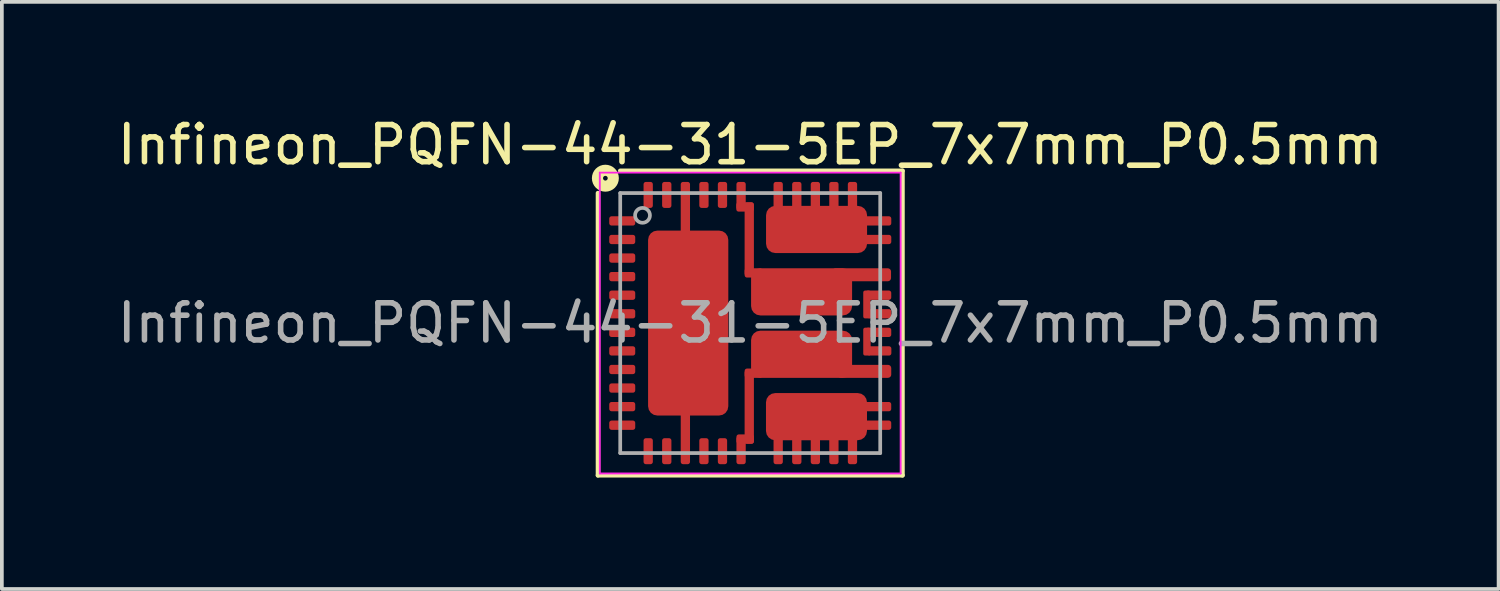
<source format=kicad_pcb>
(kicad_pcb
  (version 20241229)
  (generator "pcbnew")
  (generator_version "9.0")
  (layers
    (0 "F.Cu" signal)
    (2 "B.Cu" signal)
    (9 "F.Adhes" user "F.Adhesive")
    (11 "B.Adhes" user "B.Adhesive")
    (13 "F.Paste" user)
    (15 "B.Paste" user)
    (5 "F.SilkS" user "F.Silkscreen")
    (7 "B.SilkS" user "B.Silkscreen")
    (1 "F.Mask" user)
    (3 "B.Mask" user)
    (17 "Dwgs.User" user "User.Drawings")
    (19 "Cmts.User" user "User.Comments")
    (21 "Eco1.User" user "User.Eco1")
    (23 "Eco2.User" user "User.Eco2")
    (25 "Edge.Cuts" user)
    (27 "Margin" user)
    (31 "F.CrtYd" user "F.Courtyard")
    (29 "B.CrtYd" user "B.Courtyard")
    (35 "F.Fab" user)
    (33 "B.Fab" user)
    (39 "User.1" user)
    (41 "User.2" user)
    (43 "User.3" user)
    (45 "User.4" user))
  (footprint "Infineon_PQFN-44-31-5EP_7x7mm_P0.5mm"
    (layer "F.Cu")
    (at 17.149 5.648)
    (property "Reference" "Infineon_PQFN-44-31-5EP_7x7mm_P0.5mm" (at 0 -4.8 0) (layer "F.SilkS") (effects (font (size 1 1) (thickness 0.15))))
    (attr smd)
    (fp_line (start -4.1 4.1) (end -4.1 -3.5) (stroke (width 0.12) (type solid)) (layer "F.SilkS"))
    (fp_line (start -3.5 -4.1) (end 4.1 -4.1) (stroke (width 0.12) (type solid)) (layer "F.SilkS"))
    (fp_line (start 4.1 -4.1) (end 4.1 4.1) (stroke (width 0.12) (type solid)) (layer "F.SilkS"))
    (fp_line (start 4.1 4.1) (end -4.1 4.1) (stroke (width 0.12) (type solid)) (layer "F.SilkS"))
    (fp_circle (center -3.9 -3.9) (end -3.837 -3.9) (stroke (width 0.3) (type solid)) (fill no) (layer "F.SilkS"))
    (fp_line (start -4.05 -4.05) (end -4.05 4.05) (stroke (width 0.05) (type solid)) (layer "F.CrtYd"))
    (fp_line (start -4.05 4.05) (end 4.05 4.05) (stroke (width 0.05) (type solid)) (layer "F.CrtYd"))
    (fp_line (start 4.05 -4.05) (end -4.05 -4.05) (stroke (width 0.05) (type solid)) (layer "F.CrtYd"))
    (fp_line (start 4.05 4.05) (end 4.05 -4.05) (stroke (width 0.05) (type solid)) (layer "F.CrtYd"))
    (fp_line (start -3.5 -3.5) (end 3.5 -3.5) (stroke (width 0.1) (type solid)) (layer "F.Fab"))
    (fp_line (start -3.5 3.5) (end -3.5 -3.5) (stroke (width 0.1) (type solid)) (layer "F.Fab"))
    (fp_line (start 3.5 -3.5) (end 3.5 3.5) (stroke (width 0.1) (type solid)) (layer "F.Fab"))
    (fp_line (start 3.5 3.5) (end -3.5 3.5) (stroke (width 0.1) (type solid)) (layer "F.Fab"))
    (fp_circle (center -2.9 -2.9) (end -2.7 -2.9) (stroke (width 0.1) (type solid)) (fill no) (layer "F.Fab"))
    (fp_text user "${REFERENCE}" (at 0 0 0) (layer "F.Fab") (effects (font (size 1 1) (thickness 0.15))))
    (pad "" smd roundrect (at -2.207 -1.76) (size 0.77 0.93) (layers "F.Mask" "F.Paste") (roundrect_rratio 0.25))
    (pad "" smd roundrect (at -2.207 -0.52) (size 0.77 0.93) (layers "F.Mask" "F.Paste") (roundrect_rratio 0.25))
    (pad "" smd roundrect (at -2.207 0.72) (size 0.77 0.93) (layers "F.Mask" "F.Paste") (roundrect_rratio 0.25))
    (pad "" smd roundrect (at -2.207 1.96) (size 0.77 0.93) (layers "F.Mask" "F.Paste") (roundrect_rratio 0.25))
    (pad "" smd roundrect (at -1.746 -3.015) (size 0.23 1.09) (layers "F.Paste") (roundrect_rratio 0.25))
    (pad "" smd roundrect (at -1.746 3.015) (size 0.23 1.09) (layers "F.Paste") (roundrect_rratio 0.25))
    (pad "" smd roundrect (at -1.127 -1.76) (size 0.77 0.93) (layers "F.Mask" "F.Paste") (roundrect_rratio 0.25))
    (pad "" smd roundrect (at -1.127 -0.52) (size 0.77 0.93) (layers "F.Mask" "F.Paste") (roundrect_rratio 0.25))
    (pad "" smd roundrect (at -1.127 0.72) (size 0.77 0.93) (layers "F.Mask" "F.Paste") (roundrect_rratio 0.25))
    (pad "" smd roundrect (at -1.127 1.96) (size 0.77 0.93) (layers "F.Mask" "F.Paste") (roundrect_rratio 0.25))
    (pad "" smd roundrect (at -0.246 -3.475) (size 0.23 0.25) (layers "F.Paste") (roundrect_rratio 0.25))
    (pad "" smd roundrect (at -0.245 3.475 180) (size 0.23 0.25) (layers "F.Paste") (roundrect_rratio 0.25))
    (pad "" smd roundrect (at -0.14 -3.12) (size 0.428 0.23) (layers "F.Paste") (roundrect_rratio 0.25))
    (pad "" smd roundrect (at -0.134 3.125 180) (size 0.428 0.23) (layers "F.Paste") (roundrect_rratio 0.25))
    (pad "" smd roundrect (at -0.026 -2.55) (size 0.21 0.34) (layers "F.Paste") (roundrect_rratio 0.25))
    (pad "" smd roundrect (at -0.026 -1.85) (size 0.21 0.34) (layers "F.Paste") (roundrect_rratio 0.25))
    (pad "" smd roundrect (at -0.025 1.85 180) (size 0.21 0.34) (layers "F.Paste") (roundrect_rratio 0.25))
    (pad "" smd roundrect (at -0.025 2.55 180) (size 0.21 0.34) (layers "F.Paste") (roundrect_rratio 0.25))
    (pad "" smd roundrect (at 0.473 -0.84) (size 0.68 0.9) (layers "F.Mask" "F.Paste") (roundrect_rratio 0.25))
    (pad "" smd roundrect (at 0.473 0.84) (size 0.68 0.9) (layers "F.Mask" "F.Paste") (roundrect_rratio 0.25))
    (pad "" smd roundrect (at 0.753 -3.325) (size 0.22 0.45) (layers "F.Mask" "F.Paste") (roundrect_rratio 0.25))
    (pad "" smd roundrect (at 0.753 3.325) (size 0.22 0.45) (layers "F.Mask" "F.Paste") (roundrect_rratio 0.25))
    (pad "" smd roundrect (at 0.876 -2.515) (size 0.65 0.9) (layers "F.Mask" "F.Paste") (roundrect_rratio 0.25))
    (pad "" smd roundrect (at 0.876 2.515) (size 0.65 0.9) (layers "F.Mask" "F.Paste") (roundrect_rratio 0.25))
    (pad "" smd roundrect (at 1.254 -3.325) (size 0.22 0.45) (layers "F.Mask" "F.Paste") (roundrect_rratio 0.25))
    (pad "" smd roundrect (at 1.254 3.325) (size 0.22 0.45) (layers "F.Mask" "F.Paste") (roundrect_rratio 0.25))
    (pad "" smd roundrect (at 1.383 -0.84) (size 0.68 0.9) (layers "F.Mask" "F.Paste") (roundrect_rratio 0.25))
    (pad "" smd roundrect (at 1.383 0.84) (size 0.68 0.9) (layers "F.Mask" "F.Paste") (roundrect_rratio 0.25))
    (pad "" smd roundrect (at 1.754 -3.325) (size 0.22 0.45) (layers "F.Mask" "F.Paste") (roundrect_rratio 0.25))
    (pad "" smd roundrect (at 1.754 3.325) (size 0.22 0.45) (layers "F.Mask" "F.Paste") (roundrect_rratio 0.25))
    (pad "" smd roundrect (at 1.786 -2.515) (size 0.65 0.9) (layers "F.Mask" "F.Paste") (roundrect_rratio 0.25))
    (pad "" smd roundrect (at 1.786 2.515) (size 0.65 0.9) (layers "F.Mask" "F.Paste") (roundrect_rratio 0.25))
    (pad "" smd roundrect (at 2.253 -3.325) (size 0.22 0.45) (layers "F.Mask" "F.Paste") (roundrect_rratio 0.25))
    (pad "" smd roundrect (at 2.253 3.325) (size 0.22 0.45) (layers "F.Mask" "F.Paste") (roundrect_rratio 0.25))
    (pad "" smd roundrect (at 2.293 -0.84) (size 0.68 0.9) (layers "F.Mask" "F.Paste") (roundrect_rratio 0.25))
    (pad "" smd roundrect (at 2.293 0.84) (size 0.68 0.9) (layers "F.Mask" "F.Paste") (roundrect_rratio 0.25))
    (pad "" smd roundrect (at 2.696 -2.515) (size 0.65 0.9) (layers "F.Mask" "F.Paste") (roundrect_rratio 0.25))
    (pad "" smd roundrect (at 2.696 2.515) (size 0.65 0.9) (layers "F.Mask" "F.Paste") (roundrect_rratio 0.25))
    (pad "" smd roundrect (at 2.753 -3.325) (size 0.22 0.45) (layers "F.Mask" "F.Paste") (roundrect_rratio 0.25))
    (pad "" smd roundrect (at 2.753 3.325) (size 0.22 0.45) (layers "F.Mask" "F.Paste") (roundrect_rratio 0.25))
    (pad "" smd roundrect (at 3.163 1.3) (size 0.776 0.22) (layers "F.Mask" "F.Paste") (roundrect_rratio 0.25))
    (pad "" smd roundrect (at 3.175 -1.3) (size 0.776 0.22) (layers "F.Mask" "F.Paste") (roundrect_rratio 0.25))
    (pad "" smd roundrect (at 3.325 -0.75) (size 0.536 0.22) (layers "F.Mask" "F.Paste") (roundrect_rratio 0.25))
    (pad "" smd roundrect (at 3.325 -0.25) (size 0.536 0.22) (layers "F.Mask" "F.Paste") (roundrect_rratio 0.25))
    (pad "" smd roundrect (at 3.325 0.25) (size 0.536 0.22) (layers "F.Mask" "F.Paste") (roundrect_rratio 0.25))
    (pad "" smd roundrect (at 3.325 0.75) (size 0.536 0.22) (layers "F.Mask" "F.Paste") (roundrect_rratio 0.25))
    (pad "" smd roundrect (at 3.364 -2.75) (size 0.377 0.22) (layers "F.Mask" "F.Paste") (roundrect_rratio 0.25))
    (pad "" smd roundrect (at 3.364 -2.25) (size 0.377 0.22) (layers "F.Mask" "F.Paste") (roundrect_rratio 0.25))
    (pad "" smd roundrect (at 3.364 2.25) (size 0.377 0.22) (layers "F.Mask" "F.Paste") (roundrect_rratio 0.25))
    (pad "" smd roundrect (at 3.364 2.75) (size 0.377 0.22) (layers "F.Mask" "F.Paste") (roundrect_rratio 0.25))
    (pad "1" smd roundrect (at -3.446 -2.75) (size 0.7 0.25) (layers "F.Cu" "F.Mask" "F.Paste") (roundrect_rratio 0.25))
    (pad "2" smd roundrect (at -3.446 -2.25) (size 0.7 0.25) (layers "F.Cu" "F.Mask" "F.Paste") (roundrect_rratio 0.25))
    (pad "3" smd roundrect (at -3.446 -1.75) (size 0.7 0.25) (layers "F.Cu" "F.Mask" "F.Paste") (roundrect_rratio 0.25))
    (pad "4" smd roundrect (at -3.446 -1.25) (size 0.7 0.25) (layers "F.Cu" "F.Mask" "F.Paste") (roundrect_rratio 0.25))
    (pad "5" smd roundrect (at -3.446 -0.75) (size 0.7 0.25) (layers "F.Cu" "F.Mask" "F.Paste") (roundrect_rratio 0.25))
    (pad "6" smd roundrect (at -3.446 -0.25) (size 0.7 0.25) (layers "F.Cu" "F.Mask" "F.Paste") (roundrect_rratio 0.25))
    (pad "7" smd roundrect (at -3.446 0.25) (size 0.7 0.25) (layers "F.Cu" "F.Mask" "F.Paste") (roundrect_rratio 0.25))
    (pad "8" smd roundrect (at -3.446 0.75) (size 0.7 0.25) (layers "F.Cu" "F.Mask" "F.Paste") (roundrect_rratio 0.25))
    (pad "9" smd roundrect (at -3.446 1.25) (size 0.7 0.25) (layers "F.Cu" "F.Mask" "F.Paste") (roundrect_rratio 0.25))
    (pad "10" smd roundrect (at -3.446 1.75) (size 0.7 0.25) (layers "F.Cu" "F.Mask" "F.Paste") (roundrect_rratio 0.25))
    (pad "11" smd roundrect (at -3.446 2.25) (size 0.7 0.25) (layers "F.Cu" "F.Mask" "F.Paste") (roundrect_rratio 0.25))
    (pad "12" smd roundrect (at -3.446 2.75) (size 0.7 0.25) (layers "F.Cu" "F.Mask" "F.Paste") (roundrect_rratio 0.25))
    (pad "13" smd roundrect (at -2.747 3.45) (size 0.25 0.7) (layers "F.Cu" "F.Mask" "F.Paste") (roundrect_rratio 0.25))
    (pad "14" smd roundrect (at -2.247 3.45) (size 0.25 0.7) (layers "F.Cu" "F.Mask" "F.Paste") (roundrect_rratio 0.25))
    (pad "16" smd roundrect (at -1.246 3.45) (size 0.25 0.7) (layers "F.Cu" "F.Mask" "F.Paste") (roundrect_rratio 0.25))
    (pad "17" smd roundrect (at -0.747 3.45) (size 0.25 0.7) (layers "F.Cu" "F.Mask" "F.Paste") (roundrect_rratio 0.25))
    (pad "19" smd roundrect (at 0.753 3.4) (size 0.25 0.8) (layers "F.Cu" "F.Mask") (roundrect_rratio 0.25))
    (pad "19" smd roundrect (at 1.254 3.4) (size 0.25 0.8) (layers "F.Cu" "F.Mask") (roundrect_rratio 0.25))
    (pad "19" smd roundrect (at 1.754 3.4) (size 0.25 0.8) (layers "F.Cu" "F.Mask") (roundrect_rratio 0.25))
    (pad "19" smd roundrect (at 1.784 2.52) (size 2.72 1.27) (layers "F.Cu" "F.Mask") (roundrect_rratio 0.197))
    (pad "19" smd roundrect (at 2.253 3.4) (size 0.25 0.8) (layers "F.Cu" "F.Mask") (roundrect_rratio 0.25))
    (pad "19" smd roundrect (at 2.753 3.4) (size 0.25 0.8) (layers "F.Cu" "F.Mask") (roundrect_rratio 0.25))
    (pad "19" smd roundrect (at 3.4 2.25) (size 0.793 0.25) (layers "F.Cu" "F.Mask") (roundrect_rratio 0.25))
    (pad "19" smd roundrect (at 3.4 2.75) (size 0.793 0.25) (layers "F.Cu" "F.Mask") (roundrect_rratio 0.25))
    (pad "20" smd roundrect (at -0.246 3.425) (size 0.25 0.75) (layers "F.Cu" "F.Mask") (roundrect_rratio 0.25))
    (pad "20" smd roundrect (at -0.136 3.123 90) (size 0.25 0.469) (layers "F.Cu" "F.Mask") (roundrect_rratio 0.25))
    (pad "20" smd roundrect (at -0.026 2.26) (size 0.25 1.98) (layers "F.Cu" "F.Mask") (roundrect_rratio 0.25))
    (pad "20" smd roundrect (at 0.09 -1.35 90) (size 0.25 0.48) (layers "F.Cu" "F.Mask") (roundrect_rratio 0.25))
    (pad "20" smd roundrect (at 0.09 1.35 90) (size 0.25 0.48) (layers "F.Cu" "F.Mask") (roundrect_rratio 0.25))
    (pad "20" smd roundrect (at 1.383 0.84) (size 2.72 1.27) (layers "F.Cu" "F.Mask") (roundrect_rratio 0.197))
    (pad "20" smd roundrect (at 3.075 1.3) (size 1.444 0.35) (layers "F.Cu" "F.Mask") (roundrect_rratio 0.25))
    (pad "21" smd roundrect (at 3.143 0.5) (size 0.2 0.75) (layers "F.Cu" "F.Mask") (roundrect_rratio 0.25))
    (pad "21" smd roundrect (at 3.45 0.25) (size 0.694 0.25) (layers "F.Cu" "F.Mask") (roundrect_rratio 0.25))
    (pad "21" smd roundrect (at 3.475 0.75) (size 0.65 0.25) (layers "F.Cu" "F.Mask") (roundrect_rratio 0.25))
    (pad "22" smd roundrect (at 3.143 -0.5) (size 0.2 0.75) (layers "F.Cu" "F.Mask") (roundrect_rratio 0.25))
    (pad "22" smd roundrect (at 3.45 -0.75) (size 0.694 0.25) (layers "F.Cu" "F.Mask") (roundrect_rratio 0.25))
    (pad "22" smd roundrect (at 3.475 -0.25) (size 0.65 0.25) (layers "F.Cu" "F.Mask") (roundrect_rratio 0.25))
    (pad "23" smd roundrect (at -0.246 -3.425) (size 0.25 0.75) (layers "F.Cu" "F.Mask") (roundrect_rratio 0.25))
    (pad "23" smd roundrect (at -0.14 -3.125 90) (size 0.25 0.47) (layers "F.Cu" "F.Mask") (roundrect_rratio 0.25))
    (pad "23" smd roundrect (at -0.026 -2.26) (size 0.25 1.98) (layers "F.Cu" "F.Mask") (roundrect_rratio 0.25))
    (pad "23" smd roundrect (at 1.383 -0.84) (size 2.72 1.27) (layers "F.Cu" "F.Mask") (roundrect_rratio 0.197))
    (pad "23" smd roundrect (at 3 -1.3) (size 1.583 0.35) (layers "F.Cu" "F.Mask") (roundrect_rratio 0.25))
    (pad "24" smd roundrect (at 0.753 -3.4) (size 0.25 0.8) (layers "F.Cu" "F.Mask") (roundrect_rratio 0.25))
    (pad "24" smd roundrect (at 1.254 -3.4) (size 0.25 0.8) (layers "F.Cu" "F.Mask") (roundrect_rratio 0.25))
    (pad "24" smd roundrect (at 1.754 -3.4) (size 0.25 0.8) (layers "F.Cu" "F.Mask") (roundrect_rratio 0.25))
    (pad "24" smd roundrect (at 1.786 -2.52) (size 2.72 1.27) (layers "F.Cu" "F.Mask") (roundrect_rratio 0.197))
    (pad "24" smd roundrect (at 2.253 -3.4) (size 0.25 0.8) (layers "F.Cu" "F.Mask") (roundrect_rratio 0.25))
    (pad "24" smd roundrect (at 2.753 -3.4) (size 0.25 0.8) (layers "F.Cu" "F.Mask") (roundrect_rratio 0.25))
    (pad "24" smd roundrect (at 3.4 -2.75) (size 0.796 0.25) (layers "F.Cu" "F.Mask") (roundrect_rratio 0.25))
    (pad "24" smd roundrect (at 3.4 -2.25) (size 0.796 0.25) (layers "F.Cu" "F.Mask") (roundrect_rratio 0.25))
    (pad "26" smd roundrect (at -0.747 -3.45) (size 0.25 0.7) (layers "F.Cu" "F.Mask" "F.Paste") (roundrect_rratio 0.25))
    (pad "27" smd roundrect (at -1.246 -3.45) (size 0.25 0.7) (layers "F.Cu" "F.Mask" "F.Paste") (roundrect_rratio 0.25))
    (pad "29" smd roundrect (at -2.247 -3.45) (size 0.25 0.7) (layers "F.Cu" "F.Mask" "F.Paste") (roundrect_rratio 0.25))
    (pad "30" smd roundrect (at -2.747 -3.45) (size 0.25 0.7) (layers "F.Cu" "F.Mask" "F.Paste") (roundrect_rratio 0.25))
    (pad "31" smd roundrect (at -1.746 -3.1) (size 0.25 1.4) (layers "F.Cu" "F.Mask") (roundrect_rratio 0.25))
    (pad "31" smd roundrect (at -1.746 3.1) (size 0.25 1.4) (layers "F.Cu" "F.Mask") (roundrect_rratio 0.25))
    (pad "31" smd roundrect (at -1.67 0) (size 2.16 4.98) (layers "F.Cu" "F.Mask") (roundrect_rratio 0.116)))
  (gr_rect
    (start -3 -3)
    (end 37.298 12.808)
    (stroke (width 0.1) (type default))
    (fill no)
    (layer "Edge.Cuts")))
</source>
